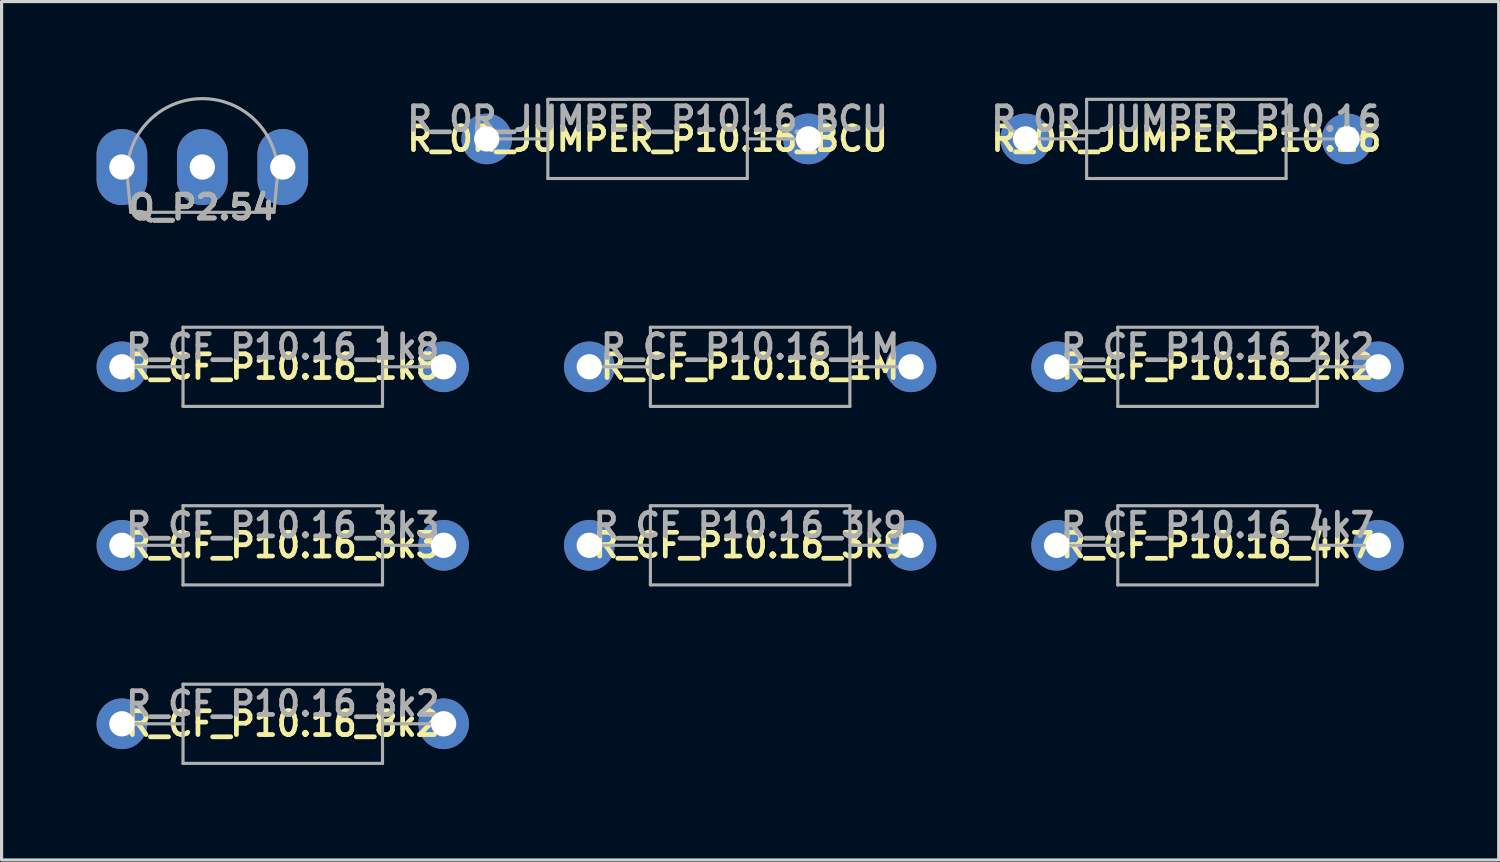
<source format=kicad_pcb>
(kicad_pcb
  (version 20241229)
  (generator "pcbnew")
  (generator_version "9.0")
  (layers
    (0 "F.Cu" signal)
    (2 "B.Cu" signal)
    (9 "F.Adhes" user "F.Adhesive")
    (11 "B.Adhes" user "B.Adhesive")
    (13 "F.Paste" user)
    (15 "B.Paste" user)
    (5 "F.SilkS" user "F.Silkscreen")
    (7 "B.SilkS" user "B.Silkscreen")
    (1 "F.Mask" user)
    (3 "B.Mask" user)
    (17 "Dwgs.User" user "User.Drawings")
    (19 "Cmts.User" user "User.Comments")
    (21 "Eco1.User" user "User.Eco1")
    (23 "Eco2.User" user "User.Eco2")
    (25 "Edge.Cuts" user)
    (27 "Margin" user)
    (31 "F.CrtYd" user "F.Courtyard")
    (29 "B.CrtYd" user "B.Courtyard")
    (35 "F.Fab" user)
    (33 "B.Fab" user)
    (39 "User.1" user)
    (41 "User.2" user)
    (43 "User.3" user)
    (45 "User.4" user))
  (footprint "R_CF_P10.16_3k3"
    (layer "F.Cu")
    (at 5.88 14.171)
    (property "Reference" "R_CF_P10.16_3k3" (at 0 0 0) (layer "F.SilkS") (effects (font (size 0.75 0.75) (thickness 0.15))))
    (attr through_hole)
    (fp_line (start -5.08 0) (end -3.15 0) (stroke (width 0.1) (type solid)) (layer "F.Fab"))
    (fp_line (start -3.15 -1.25) (end -3.15 1.25) (stroke (width 0.1) (type solid)) (layer "F.Fab"))
    (fp_line (start -3.15 1.25) (end 3.15 1.25) (stroke (width 0.1) (type solid)) (layer "F.Fab"))
    (fp_line (start 3.15 -1.25) (end -3.15 -1.25) (stroke (width 0.1) (type solid)) (layer "F.Fab"))
    (fp_line (start 3.15 1.25) (end 3.15 -1.25) (stroke (width 0.1) (type solid)) (layer "F.Fab"))
    (fp_line (start 5.08 0) (end 3.15 0) (stroke (width 0.1) (type solid)) (layer "F.Fab"))
    (fp_text user "${REFERENCE}" (at 0 -0.635 0) (layer "F.Fab") (effects (font (size 0.75 0.75) (thickness 0.15))))
    (pad "" connect circle (at -5.08 0) (size 0.8 0.8) (layers "F.Mask"))
    (pad "" connect circle (at 5.08 0) (size 0.8 0.8) (layers "F.Mask"))
    (pad "" connect circle (at 5.08 0) (size 0.8 0.8) (layers "B.Mask"))
    (pad "1" thru_hole circle (at -5.08 0) (size 1.6 1.6) (drill 0.8) (layers "B.Cu" "B.Mask"))
    (pad "2" thru_hole circle (at 5.08 0) (size 1.6 1.6) (drill 0.8) (layers "B.Cu" "B.Mask")))
  (footprint "R_CF_P10.16_2k2"
    (layer "F.Cu")
    (at 35.4 8.534)
    (property "Reference" "R_CF_P10.16_2k2" (at 0 0 0) (layer "F.SilkS") (effects (font (size 0.75 0.75) (thickness 0.15))))
    (attr through_hole)
    (fp_line (start -5.08 0) (end -3.15 0) (stroke (width 0.1) (type solid)) (layer "F.Fab"))
    (fp_line (start -3.15 -1.25) (end -3.15 1.25) (stroke (width 0.1) (type solid)) (layer "F.Fab"))
    (fp_line (start -3.15 1.25) (end 3.15 1.25) (stroke (width 0.1) (type solid)) (layer "F.Fab"))
    (fp_line (start 3.15 -1.25) (end -3.15 -1.25) (stroke (width 0.1) (type solid)) (layer "F.Fab"))
    (fp_line (start 3.15 1.25) (end 3.15 -1.25) (stroke (width 0.1) (type solid)) (layer "F.Fab"))
    (fp_line (start 5.08 0) (end 3.15 0) (stroke (width 0.1) (type solid)) (layer "F.Fab"))
    (fp_text user "${REFERENCE}" (at 0 -0.635 0) (layer "F.Fab") (effects (font (size 0.75 0.75) (thickness 0.15))))
    (pad "" connect circle (at -5.08 0) (size 0.8 0.8) (layers "F.Mask"))
    (pad "" connect circle (at 5.08 0) (size 0.8 0.8) (layers "F.Mask"))
    (pad "" connect circle (at 5.08 0) (size 0.8 0.8) (layers "B.Mask"))
    (pad "1" thru_hole circle (at -5.08 0) (size 1.6 1.6) (drill 0.8) (layers "B.Cu" "B.Mask"))
    (pad "2" thru_hole circle (at 5.08 0) (size 1.6 1.6) (drill 0.8) (layers "B.Cu" "B.Mask")))
  (footprint "R_CF_P10.16_8k2"
    (layer "F.Cu")
    (at 5.88 19.808)
    (property "Reference" "R_CF_P10.16_8k2" (at 0 0 0) (layer "F.SilkS") (effects (font (size 0.75 0.75) (thickness 0.15))))
    (attr through_hole)
    (fp_line (start -5.08 0) (end -3.15 0) (stroke (width 0.1) (type solid)) (layer "F.Fab"))
    (fp_line (start -3.15 -1.25) (end -3.15 1.25) (stroke (width 0.1) (type solid)) (layer "F.Fab"))
    (fp_line (start -3.15 1.25) (end 3.15 1.25) (stroke (width 0.1) (type solid)) (layer "F.Fab"))
    (fp_line (start 3.15 -1.25) (end -3.15 -1.25) (stroke (width 0.1) (type solid)) (layer "F.Fab"))
    (fp_line (start 3.15 1.25) (end 3.15 -1.25) (stroke (width 0.1) (type solid)) (layer "F.Fab"))
    (fp_line (start 5.08 0) (end 3.15 0) (stroke (width 0.1) (type solid)) (layer "F.Fab"))
    (fp_text user "${REFERENCE}" (at 0 -0.635 0) (layer "F.Fab") (effects (font (size 0.75 0.75) (thickness 0.15))))
    (pad "" connect circle (at -5.08 0) (size 0.8 0.8) (layers "F.Mask"))
    (pad "" connect circle (at 5.08 0) (size 0.8 0.8) (layers "F.Mask"))
    (pad "" connect circle (at 5.08 0) (size 0.8 0.8) (layers "B.Mask"))
    (pad "1" thru_hole circle (at -5.08 0) (size 1.6 1.6) (drill 0.8) (layers "B.Cu" "B.Mask"))
    (pad "2" thru_hole circle (at 5.08 0) (size 1.6 1.6) (drill 0.8) (layers "B.Cu" "B.Mask")))
  (footprint "R_CF_P10.16_3k9"
    (layer "F.Cu")
    (at 20.64 14.171)
    (property "Reference" "R_CF_P10.16_3k9" (at 0 0 0) (layer "F.SilkS") (effects (font (size 0.75 0.75) (thickness 0.15))))
    (attr through_hole)
    (fp_line (start -5.08 0) (end -3.15 0) (stroke (width 0.1) (type solid)) (layer "F.Fab"))
    (fp_line (start -3.15 -1.25) (end -3.15 1.25) (stroke (width 0.1) (type solid)) (layer "F.Fab"))
    (fp_line (start -3.15 1.25) (end 3.15 1.25) (stroke (width 0.1) (type solid)) (layer "F.Fab"))
    (fp_line (start 3.15 -1.25) (end -3.15 -1.25) (stroke (width 0.1) (type solid)) (layer "F.Fab"))
    (fp_line (start 3.15 1.25) (end 3.15 -1.25) (stroke (width 0.1) (type solid)) (layer "F.Fab"))
    (fp_line (start 5.08 0) (end 3.15 0) (stroke (width 0.1) (type solid)) (layer "F.Fab"))
    (fp_text user "${REFERENCE}" (at 0 -0.635 0) (layer "F.Fab") (effects (font (size 0.75 0.75) (thickness 0.15))))
    (pad "" connect circle (at -5.08 0) (size 0.8 0.8) (layers "F.Mask"))
    (pad "" connect circle (at 5.08 0) (size 0.8 0.8) (layers "F.Mask"))
    (pad "" connect circle (at 5.08 0) (size 0.8 0.8) (layers "B.Mask"))
    (pad "1" thru_hole circle (at -5.08 0) (size 1.6 1.6) (drill 0.8) (layers "B.Cu" "B.Mask"))
    (pad "2" thru_hole circle (at 5.08 0) (size 1.6 1.6) (drill 0.8) (layers "B.Cu" "B.Mask")))
  (footprint "R_CF_P10.16_1k8"
    (layer "F.Cu")
    (at 5.88 8.534)
    (property "Reference" "R_CF_P10.16_1k8" (at 0 0 0) (layer "F.SilkS") (effects (font (size 0.75 0.75) (thickness 0.15))))
    (attr through_hole)
    (fp_line (start -5.08 0) (end -3.15 0) (stroke (width 0.1) (type solid)) (layer "F.Fab"))
    (fp_line (start -3.15 -1.25) (end -3.15 1.25) (stroke (width 0.1) (type solid)) (layer "F.Fab"))
    (fp_line (start -3.15 1.25) (end 3.15 1.25) (stroke (width 0.1) (type solid)) (layer "F.Fab"))
    (fp_line (start 3.15 -1.25) (end -3.15 -1.25) (stroke (width 0.1) (type solid)) (layer "F.Fab"))
    (fp_line (start 3.15 1.25) (end 3.15 -1.25) (stroke (width 0.1) (type solid)) (layer "F.Fab"))
    (fp_line (start 5.08 0) (end 3.15 0) (stroke (width 0.1) (type solid)) (layer "F.Fab"))
    (fp_text user "${REFERENCE}" (at 0 -0.635 0) (layer "F.Fab") (effects (font (size 0.75 0.75) (thickness 0.15))))
    (pad "" connect circle (at -5.08 0) (size 0.8 0.8) (layers "F.Mask"))
    (pad "" connect circle (at 5.08 0) (size 0.8 0.8) (layers "F.Mask"))
    (pad "" connect circle (at 5.08 0) (size 0.8 0.8) (layers "B.Mask"))
    (pad "1" thru_hole circle (at -5.08 0) (size 1.6 1.6) (drill 0.8) (layers "B.Cu" "B.Mask"))
    (pad "2" thru_hole circle (at 5.08 0) (size 1.6 1.6) (drill 0.8) (layers "B.Cu" "B.Mask")))
  (footprint "Q_P2.54"
    (layer "F.Cu")
    (at 3.34 2.225)
    (property "Reference" "Q_P2.54" (at 0 1.27 0) (layer "F.SilkS") (effects (font (size 0.75 0.75) (thickness 0.15))))
    (attr through_hole)
    (fp_line (start -2.38 0.205) (end -2.261 1.43) (stroke (width 0.1) (type solid)) (layer "F.Fab"))
    (fp_line (start -2.261 1.43) (end 2.261 1.43) (stroke (width 0.1) (type solid)) (layer "F.Fab"))
    (fp_line (start 2.261 1.43) (end 2.38 0.205) (stroke (width 0.1) (type solid)) (layer "F.Fab"))
    (fp_arc (start -2.380003 0.219953) (mid 0 -2.17505) (end 2.380003 0.219954) (stroke (width 0.1) (type solid)) (layer "F.Fab"))
    (fp_text user "${REFERENCE}" (at 0 1.27 0) (layer "F.Fab") (effects (font (size 0.75 0.75) (thickness 0.15))))
    (pad "" connect circle (at -2.54 0 90) (size 0.8 0.8) (layers "F.Mask"))
    (pad "" connect circle (at 0 0 90) (size 0.8 0.8) (layers "F.Mask"))
    (pad "" connect circle (at 2.54 0 90) (size 0.8 0.8) (layers "F.Mask"))
    (pad "1" thru_hole oval (at -2.54 0 90) (size 2.4 1.6) (drill 0.8) (layers "B.Cu" "B.Mask"))
    (pad "2" thru_hole oval (at 0 0 90) (size 2.4 1.6) (drill 0.8) (layers "B.Cu" "B.Mask"))
    (pad "3" thru_hole oval (at 2.54 0 90) (size 2.4 1.6) (drill 0.8) (layers "B.Cu" "B.Mask")))
  (footprint "R_CF_P10.16_1M"
    (layer "F.Cu")
    (at 20.64 8.534)
    (property "Reference" "R_CF_P10.16_1M" (at 0 0 0) (layer "F.SilkS") (effects (font (size 0.75 0.75) (thickness 0.15))))
    (attr through_hole)
    (fp_line (start -5.08 0) (end -3.15 0) (stroke (width 0.1) (type solid)) (layer "F.Fab"))
    (fp_line (start -3.15 -1.25) (end -3.15 1.25) (stroke (width 0.1) (type solid)) (layer "F.Fab"))
    (fp_line (start -3.15 1.25) (end 3.15 1.25) (stroke (width 0.1) (type solid)) (layer "F.Fab"))
    (fp_line (start 3.15 -1.25) (end -3.15 -1.25) (stroke (width 0.1) (type solid)) (layer "F.Fab"))
    (fp_line (start 3.15 1.25) (end 3.15 -1.25) (stroke (width 0.1) (type solid)) (layer "F.Fab"))
    (fp_line (start 5.08 0) (end 3.15 0) (stroke (width 0.1) (type solid)) (layer "F.Fab"))
    (fp_text user "${REFERENCE}" (at 0 -0.635 0) (layer "F.Fab") (effects (font (size 0.75 0.75) (thickness 0.15))))
    (pad "" connect circle (at -5.08 0) (size 0.8 0.8) (layers "F.Mask"))
    (pad "" connect circle (at 5.08 0) (size 0.8 0.8) (layers "F.Mask"))
    (pad "" connect circle (at 5.08 0) (size 0.8 0.8) (layers "B.Mask"))
    (pad "1" thru_hole circle (at -5.08 0) (size 1.6 1.6) (drill 0.8) (layers "B.Cu" "B.Mask"))
    (pad "2" thru_hole circle (at 5.08 0) (size 1.6 1.6) (drill 0.8) (layers "B.Cu" "B.Mask")))
  (footprint "R_CF_P10.16_4k7"
    (layer "F.Cu")
    (at 35.4 14.171)
    (property "Reference" "R_CF_P10.16_4k7" (at 0 0 0) (layer "F.SilkS") (effects (font (size 0.75 0.75) (thickness 0.15))))
    (attr through_hole)
    (fp_line (start -5.08 0) (end -3.15 0) (stroke (width 0.1) (type solid)) (layer "F.Fab"))
    (fp_line (start -3.15 -1.25) (end -3.15 1.25) (stroke (width 0.1) (type solid)) (layer "F.Fab"))
    (fp_line (start -3.15 1.25) (end 3.15 1.25) (stroke (width 0.1) (type solid)) (layer "F.Fab"))
    (fp_line (start 3.15 -1.25) (end -3.15 -1.25) (stroke (width 0.1) (type solid)) (layer "F.Fab"))
    (fp_line (start 3.15 1.25) (end 3.15 -1.25) (stroke (width 0.1) (type solid)) (layer "F.Fab"))
    (fp_line (start 5.08 0) (end 3.15 0) (stroke (width 0.1) (type solid)) (layer "F.Fab"))
    (fp_text user "${REFERENCE}" (at 0 -0.635 0) (layer "F.Fab") (effects (font (size 0.75 0.75) (thickness 0.15))))
    (pad "" connect circle (at -5.08 0) (size 0.8 0.8) (layers "F.Mask"))
    (pad "" connect circle (at 5.08 0) (size 0.8 0.8) (layers "F.Mask"))
    (pad "" connect circle (at 5.08 0) (size 0.8 0.8) (layers "B.Mask"))
    (pad "1" thru_hole circle (at -5.08 0) (size 1.6 1.6) (drill 0.8) (layers "B.Cu" "B.Mask"))
    (pad "2" thru_hole circle (at 5.08 0) (size 1.6 1.6) (drill 0.8) (layers "B.Cu" "B.Mask")))
  (footprint "R_0R_JUMPER_P10.16"
    (layer "F.Cu")
    (at 34.416 1.337)
    (property "Reference" "R_0R_JUMPER_P10.16" (at 0 0 0) (layer "F.SilkS") (effects (font (size 0.75 0.75) (thickness 0.15))))
    (attr through_hole)
    (fp_line (start -5.08 0) (end -3.15 0) (stroke (width 0.1) (type solid)) (layer "F.Fab"))
    (fp_line (start -3.15 -1.25) (end -3.15 1.25) (stroke (width 0.1) (type solid)) (layer "F.Fab"))
    (fp_line (start -3.15 1.25) (end 3.15 1.25) (stroke (width 0.1) (type solid)) (layer "F.Fab"))
    (fp_line (start 3.15 -1.25) (end -3.15 -1.25) (stroke (width 0.1) (type solid)) (layer "F.Fab"))
    (fp_line (start 3.15 1.25) (end 3.15 -1.25) (stroke (width 0.1) (type solid)) (layer "F.Fab"))
    (fp_line (start 5.08 0) (end 3.15 0) (stroke (width 0.1) (type solid)) (layer "F.Fab"))
    (fp_text user "${REFERENCE}" (at 0 -0.635 0) (layer "F.Fab") (effects (font (size 0.75 0.75) (thickness 0.15))))
    (pad "" connect circle (at -5.08 0) (size 0.8 0.8) (layers "F.Mask"))
    (pad "" connect circle (at 5.08 0) (size 0.8 0.8) (layers "F.Mask"))
    (pad "" connect circle (at 5.08 0) (size 0.8 0.8) (layers "B.Mask"))
    (pad "1" thru_hole circle (at -5.08 0) (size 1.6 1.6) (drill 0.8) (layers "*.Cu" "*.Mask"))
    (pad "2" thru_hole circle (at 5.08 0) (size 1.6 1.6) (drill 0.8) (layers "*.Cu" "*.Mask")))
  (footprint "R_0R_JUMPER_P10.16_BCU"
    (layer "F.Cu")
    (at 17.401 1.337)
    (property "Reference" "R_0R_JUMPER_P10.16_BCU" (at 0 0 0) (layer "F.SilkS") (effects (font (size 0.75 0.75) (thickness 0.15))))
    (attr through_hole)
    (fp_line (start -5.08 0) (end -3.15 0) (stroke (width 0.1) (type solid)) (layer "F.Fab"))
    (fp_line (start -3.15 -1.25) (end -3.15 1.25) (stroke (width 0.1) (type solid)) (layer "F.Fab"))
    (fp_line (start -3.15 1.25) (end 3.15 1.25) (stroke (width 0.1) (type solid)) (layer "F.Fab"))
    (fp_line (start 3.15 -1.25) (end -3.15 -1.25) (stroke (width 0.1) (type solid)) (layer "F.Fab"))
    (fp_line (start 3.15 1.25) (end 3.15 -1.25) (stroke (width 0.1) (type solid)) (layer "F.Fab"))
    (fp_line (start 5.08 0) (end 3.15 0) (stroke (width 0.1) (type solid)) (layer "F.Fab"))
    (fp_text user "${REFERENCE}" (at 0 -0.635 0) (layer "F.Fab") (effects (font (size 0.75 0.75) (thickness 0.15))))
    (pad "" connect circle (at -5.08 0) (size 0.8 0.8) (layers "F.Mask"))
    (pad "" connect circle (at 5.08 0) (size 0.8 0.8) (layers "F.Mask"))
    (pad "1" thru_hole circle (at -5.08 0) (size 1.6 1.6) (drill 0.8) (layers "B.Cu" "B.Mask"))
    (pad "2" thru_hole circle (at 5.08 0) (size 1.6 1.6) (drill 0.8) (layers "B.Cu" "B.Mask")))
  (gr_rect
    (start -3 -3)
    (end 44.28 24.108)
    (stroke (width 0.1) (type default))
    (fill no)
    (layer "Edge.Cuts")))
</source>
